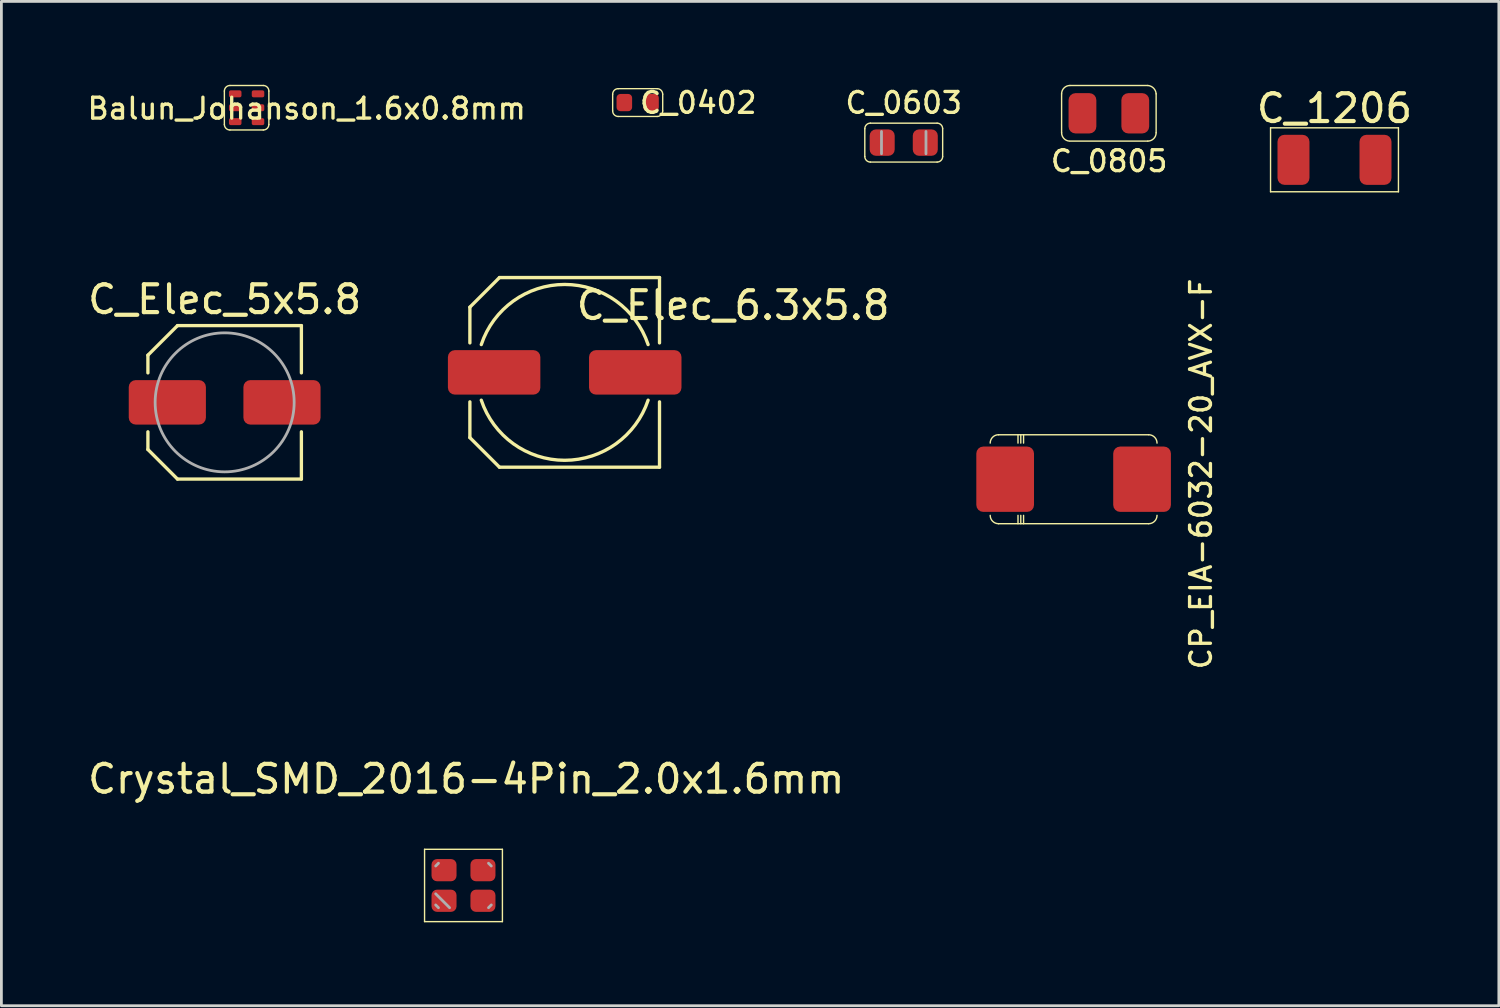
<source format=kicad_pcb>
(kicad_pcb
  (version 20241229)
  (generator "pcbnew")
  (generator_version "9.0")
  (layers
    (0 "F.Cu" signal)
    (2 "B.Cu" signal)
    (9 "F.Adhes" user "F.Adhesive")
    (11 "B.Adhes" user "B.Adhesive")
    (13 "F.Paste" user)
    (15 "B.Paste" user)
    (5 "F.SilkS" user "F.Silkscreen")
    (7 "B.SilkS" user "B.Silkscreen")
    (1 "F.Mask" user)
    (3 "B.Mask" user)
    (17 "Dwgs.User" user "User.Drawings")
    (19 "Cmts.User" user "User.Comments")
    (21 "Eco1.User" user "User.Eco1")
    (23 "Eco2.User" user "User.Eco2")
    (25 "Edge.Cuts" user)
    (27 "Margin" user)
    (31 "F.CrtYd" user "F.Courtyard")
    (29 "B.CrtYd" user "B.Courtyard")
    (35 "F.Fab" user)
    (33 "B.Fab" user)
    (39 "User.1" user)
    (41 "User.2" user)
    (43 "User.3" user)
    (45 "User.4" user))
  (footprint "Balun_Johanson_1.6x0.8mm"
    (layer "F.Cu")
    (at 5.82 0.825)
    (property "Reference" "Balun_Johanson_1.6x0.8mm" (at 2.16 0.03 0) (layer "F.SilkS") (effects (font (size 0.75 0.75) (thickness 0.12))))
    (attr smd)
    (fp_line (start -0.8 0.6) (end -0.8 -0.6) (stroke (width 0.05) (type solid)) (layer "F.SilkS"))
    (fp_line (start -0.6 -0.8) (end 0.6 -0.8) (stroke (width 0.05) (type solid)) (layer "F.SilkS"))
    (fp_line (start 0.6 0.8) (end -0.6 0.8) (stroke (width 0.05) (type solid)) (layer "F.SilkS"))
    (fp_line (start 0.8 -0.6) (end 0.8 0.6) (stroke (width 0.05) (type solid)) (layer "F.SilkS"))
    (fp_arc (start -0.8 -0.6) (mid -0.741421 -0.741421) (end -0.6 -0.8) (stroke (width 0.05) (type solid)) (layer "F.SilkS"))
    (fp_arc (start -0.6 0.8) (mid -0.741421 0.741421) (end -0.8 0.6) (stroke (width 0.05) (type solid)) (layer "F.SilkS"))
    (fp_arc (start 0.6 -0.8) (mid 0.741421 -0.741421) (end 0.8 -0.6) (stroke (width 0.05) (type solid)) (layer "F.SilkS"))
    (fp_arc (start 0.8 0.6) (mid 0.741421 0.741421) (end 0.6 0.8) (stroke (width 0.05) (type solid)) (layer "F.SilkS"))
    (pad "1" smd roundrect (at -0.41 -0.5 180) (size 0.45 0.25) (layers "F.Cu" "F.Mask" "F.Paste") (roundrect_rratio 0.25))
    (pad "2" smd roundrect (at -0.41 0) (size 0.45 0.25) (layers "F.Cu" "F.Mask" "F.Paste") (roundrect_rratio 0.25))
    (pad "3" smd roundrect (at -0.41 0.5) (size 0.45 0.25) (layers "F.Cu" "F.Mask" "F.Paste") (roundrect_rratio 0.25))
    (pad "4" smd roundrect (at 0.41 0.5) (size 0.45 0.25) (layers "F.Cu" "F.Mask" "F.Paste") (roundrect_rratio 0.25))
    (pad "5" smd roundrect (at 0.41 0) (size 0.45 0.25) (layers "F.Cu" "F.Mask" "F.Paste") (roundrect_rratio 0.25))
    (pad "6" smd roundrect (at 0.41 -0.5) (size 0.45 0.25) (layers "F.Cu" "F.Mask" "F.Paste") (roundrect_rratio 0.25)))
  (footprint "C_0603"
    (layer "F.Cu")
    (at 29.454 2.079)
    (property "Reference" "C_0603" (at 0 -1.43 0) (layer "F.SilkS") (effects (font (size 0.75 0.75) (thickness 0.12))))
    (attr smd)
    (fp_line (start -1.4 0.5) (end -1.4 -0.5) (stroke (width 0.05) (type solid)) (layer "F.SilkS"))
    (fp_line (start -1.2 -0.7) (end 1.2 -0.7) (stroke (width 0.05) (type solid)) (layer "F.SilkS"))
    (fp_line (start 1.2 0.7) (end -1.2 0.7) (stroke (width 0.05) (type solid)) (layer "F.SilkS"))
    (fp_line (start 1.4 -0.5) (end 1.4 0.5) (stroke (width 0.05) (type solid)) (layer "F.SilkS"))
    (fp_arc (start -1.4 -0.5) (mid -1.341421 -0.641421) (end -1.2 -0.7) (stroke (width 0.05) (type solid)) (layer "F.SilkS"))
    (fp_arc (start -1.2 0.7) (mid -1.341421 0.641421) (end -1.4 0.5) (stroke (width 0.05) (type solid)) (layer "F.SilkS"))
    (fp_arc (start 1.2 -0.7) (mid 1.341421 -0.641421) (end 1.4 -0.5) (stroke (width 0.05) (type solid)) (layer "F.SilkS"))
    (fp_arc (start 1.4 0.5) (mid 1.341421 0.641421) (end 1.2 0.7) (stroke (width 0.05) (type solid)) (layer "F.SilkS"))
    (fp_line (start -0.8 0.4) (end -0.8 -0.4) (stroke (width 0.1) (type solid)) (layer "F.Fab"))
    (fp_line (start 0.8 -0.4) (end 0.8 0.4) (stroke (width 0.1) (type solid)) (layer "F.Fab"))
    (pad "1" smd roundrect (at -0.775 0) (size 0.9 0.95) (layers "F.Cu" "F.Mask" "F.Paste") (roundrect_rratio 0.25))
    (pad "2" smd roundrect (at 0.775 0) (size 0.9 0.95) (layers "F.Cu" "F.Mask" "F.Paste") (roundrect_rratio 0.25)))
  (footprint "C_Elec_5x5.8"
    (layer "F.Cu")
    (at 5.03 11.421)
    (property "Reference" "C_Elec_5x5.8" (at 0 -3.7 180) (layer "F.SilkS") (effects (font (size 1 1) (thickness 0.15))))
    (attr smd)
    (fp_line (start -2.76 -1.696) (end -2.76 -1.06) (stroke (width 0.12) (type solid)) (layer "F.SilkS"))
    (fp_line (start -2.76 -1.696) (end -1.696 -2.76) (stroke (width 0.12) (type solid)) (layer "F.SilkS"))
    (fp_line (start -2.76 1.696) (end -2.76 1.06) (stroke (width 0.12) (type solid)) (layer "F.SilkS"))
    (fp_line (start -2.76 1.696) (end -1.696 2.76) (stroke (width 0.12) (type solid)) (layer "F.SilkS"))
    (fp_line (start -1.696 -2.76) (end 2.76 -2.76) (stroke (width 0.12) (type solid)) (layer "F.SilkS"))
    (fp_line (start -1.696 2.76) (end 2.76 2.76) (stroke (width 0.12) (type solid)) (layer "F.SilkS"))
    (fp_line (start 2.76 -2.76) (end 2.76 -1.06) (stroke (width 0.12) (type solid)) (layer "F.SilkS"))
    (fp_line (start 2.76 2.76) (end 2.76 1.06) (stroke (width 0.12) (type solid)) (layer "F.SilkS"))
    (fp_circle (center 0 0) (end 2.5 0) (stroke (width 0.1) (type solid)) (fill no) (layer "F.Fab"))
    (pad "1" smd roundrect (at -2.062 0) (size 2.775 1.6) (layers "F.Cu" "F.Mask" "F.Paste") (roundrect_rratio 0.156))
    (pad "2" smd roundrect (at 2.062 0) (size 2.775 1.6) (layers "F.Cu" "F.Mask" "F.Paste") (roundrect_rratio 0.156)))
  (footprint "C_Elec_6.3x5.8"
    (layer "F.Cu")
    (at 17.26 10.343)
    (property "Reference" "C_Elec_6.3x5.8" (at 6.06 -2.41 0) (layer "F.SilkS") (effects (font (size 1 1) (thickness 0.15))))
    (attr smd)
    (fp_line (start -3.41 -2.346) (end -3.41 -1.06) (stroke (width 0.12) (type solid)) (layer "F.SilkS"))
    (fp_line (start -3.41 -2.346) (end -2.346 -3.41) (stroke (width 0.12) (type solid)) (layer "F.SilkS"))
    (fp_line (start -3.41 2.346) (end -3.41 1.06) (stroke (width 0.12) (type solid)) (layer "F.SilkS"))
    (fp_line (start -3.41 2.346) (end -2.346 3.41) (stroke (width 0.12) (type solid)) (layer "F.SilkS"))
    (fp_line (start -2.346 -3.41) (end 3.41 -3.41) (stroke (width 0.12) (type solid)) (layer "F.SilkS"))
    (fp_line (start -2.346 3.41) (end 3.41 3.41) (stroke (width 0.12) (type solid)) (layer "F.SilkS"))
    (fp_line (start 3.41 -3.41) (end 3.41 -1.06) (stroke (width 0.12) (type solid)) (layer "F.SilkS"))
    (fp_line (start 3.41 3.41) (end 3.41 1.06) (stroke (width 0.12) (type solid)) (layer "F.SilkS"))
    (fp_arc (start -2.999999 -1) (mid 0 -3.162277) (end 2.999999 -1) (stroke (width 0.12) (type solid)) (layer "F.SilkS"))
    (fp_arc (start 2.999999 1) (mid 0 3.162277) (end -2.999999 1) (stroke (width 0.12) (type solid)) (layer "F.SilkS"))
    (pad "1" smd roundrect (at -2.538 0) (size 3.325 1.6) (layers "F.Cu" "F.Mask" "F.Paste") (roundrect_rratio 0.156))
    (pad "2" smd roundrect (at 2.538 0) (size 3.325 1.6) (layers "F.Cu" "F.Mask" "F.Paste") (roundrect_rratio 0.156)))
  (footprint "C_0402"
    (layer "F.Cu")
    (at 19.885 0.639)
    (property "Reference" "C_0402" (at 2.18 0.01 0) (layer "F.SilkS") (effects (font (size 0.75 0.75) (thickness 0.12))))
    (attr smd)
    (fp_line (start -0.9 0.3) (end -0.9 -0.3) (stroke (width 0.05) (type solid)) (layer "F.SilkS"))
    (fp_line (start -0.7 -0.5) (end 0.7 -0.5) (stroke (width 0.05) (type solid)) (layer "F.SilkS"))
    (fp_line (start 0.7 0.5) (end -0.7 0.5) (stroke (width 0.05) (type solid)) (layer "F.SilkS"))
    (fp_line (start 0.9 -0.3) (end 0.9 0.3) (stroke (width 0.05) (type solid)) (layer "F.SilkS"))
    (fp_arc (start -0.9 -0.3) (mid -0.841421 -0.441421) (end -0.7 -0.5) (stroke (width 0.05) (type solid)) (layer "F.SilkS"))
    (fp_arc (start -0.7 0.5) (mid -0.841421 0.441421) (end -0.9 0.3) (stroke (width 0.05) (type solid)) (layer "F.SilkS"))
    (fp_arc (start 0.7 -0.5) (mid 0.841421 -0.441421) (end 0.9 -0.3) (stroke (width 0.05) (type solid)) (layer "F.SilkS"))
    (fp_arc (start 0.9 0.3) (mid 0.841421 0.441421) (end 0.7 0.5) (stroke (width 0.05) (type solid)) (layer "F.SilkS"))
    (pad "1" smd roundrect (at -0.48 0) (size 0.56 0.62) (layers "F.Cu" "F.Mask" "F.Paste") (roundrect_rratio 0.25))
    (pad "2" smd roundrect (at 0.48 0) (size 0.56 0.62) (layers "F.Cu" "F.Mask" "F.Paste") (roundrect_rratio 0.25)))
  (footprint "C_1206"
    (layer "F.Cu")
    (at 44.947 2.698)
    (property "Reference" "C_1206" (at 0 -1.85 0) (layer "F.SilkS") (effects (font (size 1 1) (thickness 0.15))))
    (attr smd)
    (fp_line (start -2.3 -1.15) (end 2.3 -1.15) (stroke (width 0.05) (type solid)) (layer "F.SilkS"))
    (fp_line (start -2.3 1.15) (end -2.3 -1.15) (stroke (width 0.05) (type solid)) (layer "F.SilkS"))
    (fp_line (start 2.3 -1.15) (end 2.3 1.15) (stroke (width 0.05) (type solid)) (layer "F.SilkS"))
    (fp_line (start 2.3 1.15) (end -2.3 1.15) (stroke (width 0.05) (type solid)) (layer "F.SilkS"))
    (pad "1" smd roundrect (at -1.475 0) (size 1.15 1.8) (layers "F.Cu" "F.Mask" "F.Paste") (roundrect_rratio 0.217))
    (pad "2" smd roundrect (at 1.475 0) (size 1.15 1.8) (layers "F.Cu" "F.Mask" "F.Paste") (roundrect_rratio 0.217)))
  (footprint "C_0805"
    (layer "F.Cu")
    (at 36.832 1.025)
    (property "Reference" "C_0805" (at 0.01 1.72 0) (layer "F.SilkS") (effects (font (size 0.75 0.75) (thickness 0.12))))
    (attr smd)
    (fp_line (start -1.7 0.7) (end -1.7 -0.7) (stroke (width 0.05) (type solid)) (layer "F.SilkS"))
    (fp_line (start -1.4 -1) (end 1.4 -1) (stroke (width 0.05) (type solid)) (layer "F.SilkS"))
    (fp_line (start 1.4 1) (end -1.4 1) (stroke (width 0.05) (type solid)) (layer "F.SilkS"))
    (fp_line (start 1.7 -0.7) (end 1.7 0.7) (stroke (width 0.05) (type solid)) (layer "F.SilkS"))
    (fp_arc (start -1.7 -0.7) (mid -1.612132 -0.912132) (end -1.4 -1) (stroke (width 0.05) (type solid)) (layer "F.SilkS"))
    (fp_arc (start -1.42 1) (mid -1.619124 0.905183) (end -1.7 0.7) (stroke (width 0.05) (type solid)) (layer "F.SilkS"))
    (fp_arc (start 1.4 -1) (mid 1.606157 -0.906157) (end 1.7 -0.7) (stroke (width 0.05) (type solid)) (layer "F.SilkS"))
    (fp_arc (start 1.7 0.7) (mid 1.612132 0.912132) (end 1.4 1) (stroke (width 0.05) (type solid)) (layer "F.SilkS"))
    (pad "1" smd roundrect (at -0.95 0) (size 1 1.45) (layers "F.Cu" "F.Mask" "F.Paste") (roundrect_rratio 0.25))
    (pad "2" smd roundrect (at 0.95 0) (size 1 1.45) (layers "F.Cu" "F.Mask" "F.Paste") (roundrect_rratio 0.25)))
  (footprint "Crystal_SMD_2016-4Pin_2.0x1.6mm"
    (layer "F.Cu")
    (at 13.62 28.797)
    (property "Reference" "Crystal_SMD_2016-4Pin_2.0x1.6mm" (at 0.1 -3.83 0) (layer "F.SilkS") (effects (font (size 1 1) (thickness 0.15))))
    (attr smd)
    (fp_line (start -1.4 -1.3) (end -1.4 1.3) (stroke (width 0.05) (type solid)) (layer "F.SilkS"))
    (fp_line (start -1.4 1.3) (end 1.4 1.3) (stroke (width 0.05) (type solid)) (layer "F.SilkS"))
    (fp_line (start 1.4 -1.3) (end -1.4 -1.3) (stroke (width 0.05) (type solid)) (layer "F.SilkS"))
    (fp_line (start 1.4 1.3) (end 1.4 -1.3) (stroke (width 0.05) (type solid)) (layer "F.SilkS"))
    (fp_line (start -1 -0.7) (end -0.9 -0.8) (stroke (width 0.1) (type solid)) (layer "F.Fab"))
    (fp_line (start -1 0.3) (end -0.5 0.8) (stroke (width 0.1) (type solid)) (layer "F.Fab"))
    (fp_line (start -0.9 0.8) (end -1 0.7) (stroke (width 0.1) (type solid)) (layer "F.Fab"))
    (fp_line (start 0.9 -0.8) (end 1 -0.7) (stroke (width 0.1) (type solid)) (layer "F.Fab"))
    (fp_line (start 1 0.7) (end 0.9 0.8) (stroke (width 0.1) (type solid)) (layer "F.Fab"))
    (pad "1" smd roundrect (at -0.7 0.55) (size 0.9 0.8) (layers "F.Cu" "F.Mask" "F.Paste") (roundrect_rratio 0.25))
    (pad "2" smd roundrect (at 0.7 0.55) (size 0.9 0.8) (layers "F.Cu" "F.Mask" "F.Paste") (roundrect_rratio 0.25))
    (pad "3" smd roundrect (at 0.7 -0.55) (size 0.9 0.8) (layers "F.Cu" "F.Mask" "F.Paste") (roundrect_rratio 0.25))
    (pad "4" smd roundrect (at -0.7 -0.55) (size 0.9 0.8) (layers "F.Cu" "F.Mask" "F.Paste") (roundrect_rratio 0.25)))
  (footprint "CP_EIA-6032-20_AVX-F"
    (layer "F.Cu")
    (at 35.564 14.186)
    (property "Reference" "CP_EIA-6032-20_AVX-F" (at 4.58 -0.19 90) (layer "F.SilkS") (effects (font (size 0.75 0.75) (thickness 0.12))))
    (attr smd)
    (fp_line (start -2.7 -1.6) (end 2.7 -1.6) (stroke (width 0.05) (type solid)) (layer "F.SilkS"))
    (fp_line (start -2 -1.6) (end -2 -1.3) (stroke (width 0.05) (type solid)) (layer "F.SilkS"))
    (fp_line (start -2 1.6) (end -2 1.3) (stroke (width 0.05) (type solid)) (layer "F.SilkS"))
    (fp_line (start -1.9 -1.6) (end -1.9 -1.3) (stroke (width 0.05) (type solid)) (layer "F.SilkS"))
    (fp_line (start -1.9 1.6) (end -1.9 1.3) (stroke (width 0.05) (type solid)) (layer "F.SilkS"))
    (fp_line (start -1.8 -1.6) (end -1.8 -1.3) (stroke (width 0.05) (type solid)) (layer "F.SilkS"))
    (fp_line (start -1.8 1.6) (end -1.8 1.3) (stroke (width 0.05) (type solid)) (layer "F.SilkS"))
    (fp_line (start 2.7 1.6) (end -2.7 1.6) (stroke (width 0.05) (type solid)) (layer "F.SilkS"))
    (fp_arc (start -3 -1.3) (mid -2.912132 -1.512132) (end -2.7 -1.6) (stroke (width 0.05) (type solid)) (layer "F.SilkS"))
    (fp_arc (start -2.7 1.6) (mid -2.912132 1.512132) (end -3 1.3) (stroke (width 0.05) (type solid)) (layer "F.SilkS"))
    (fp_arc (start 2.7 -1.6) (mid 2.912132 -1.512132) (end 3 -1.3) (stroke (width 0.05) (type solid)) (layer "F.SilkS"))
    (fp_arc (start 3 1.3) (mid 2.912132 1.512132) (end 2.7 1.6) (stroke (width 0.05) (type solid)) (layer "F.SilkS"))
    (pad "1" smd roundrect (at -2.462 0) (size 2.075 2.35) (layers "F.Cu" "F.Mask" "F.Paste") (roundrect_rratio 0.12))
    (pad "2" smd roundrect (at 2.462 0) (size 2.075 2.35) (layers "F.Cu" "F.Mask" "F.Paste") (roundrect_rratio 0.12)))
  (gr_rect
    (start -3 -3)
    (end 50.858 33.122)
    (stroke (width 0.1) (type default))
    (fill no)
    (layer "Edge.Cuts")))
</source>
